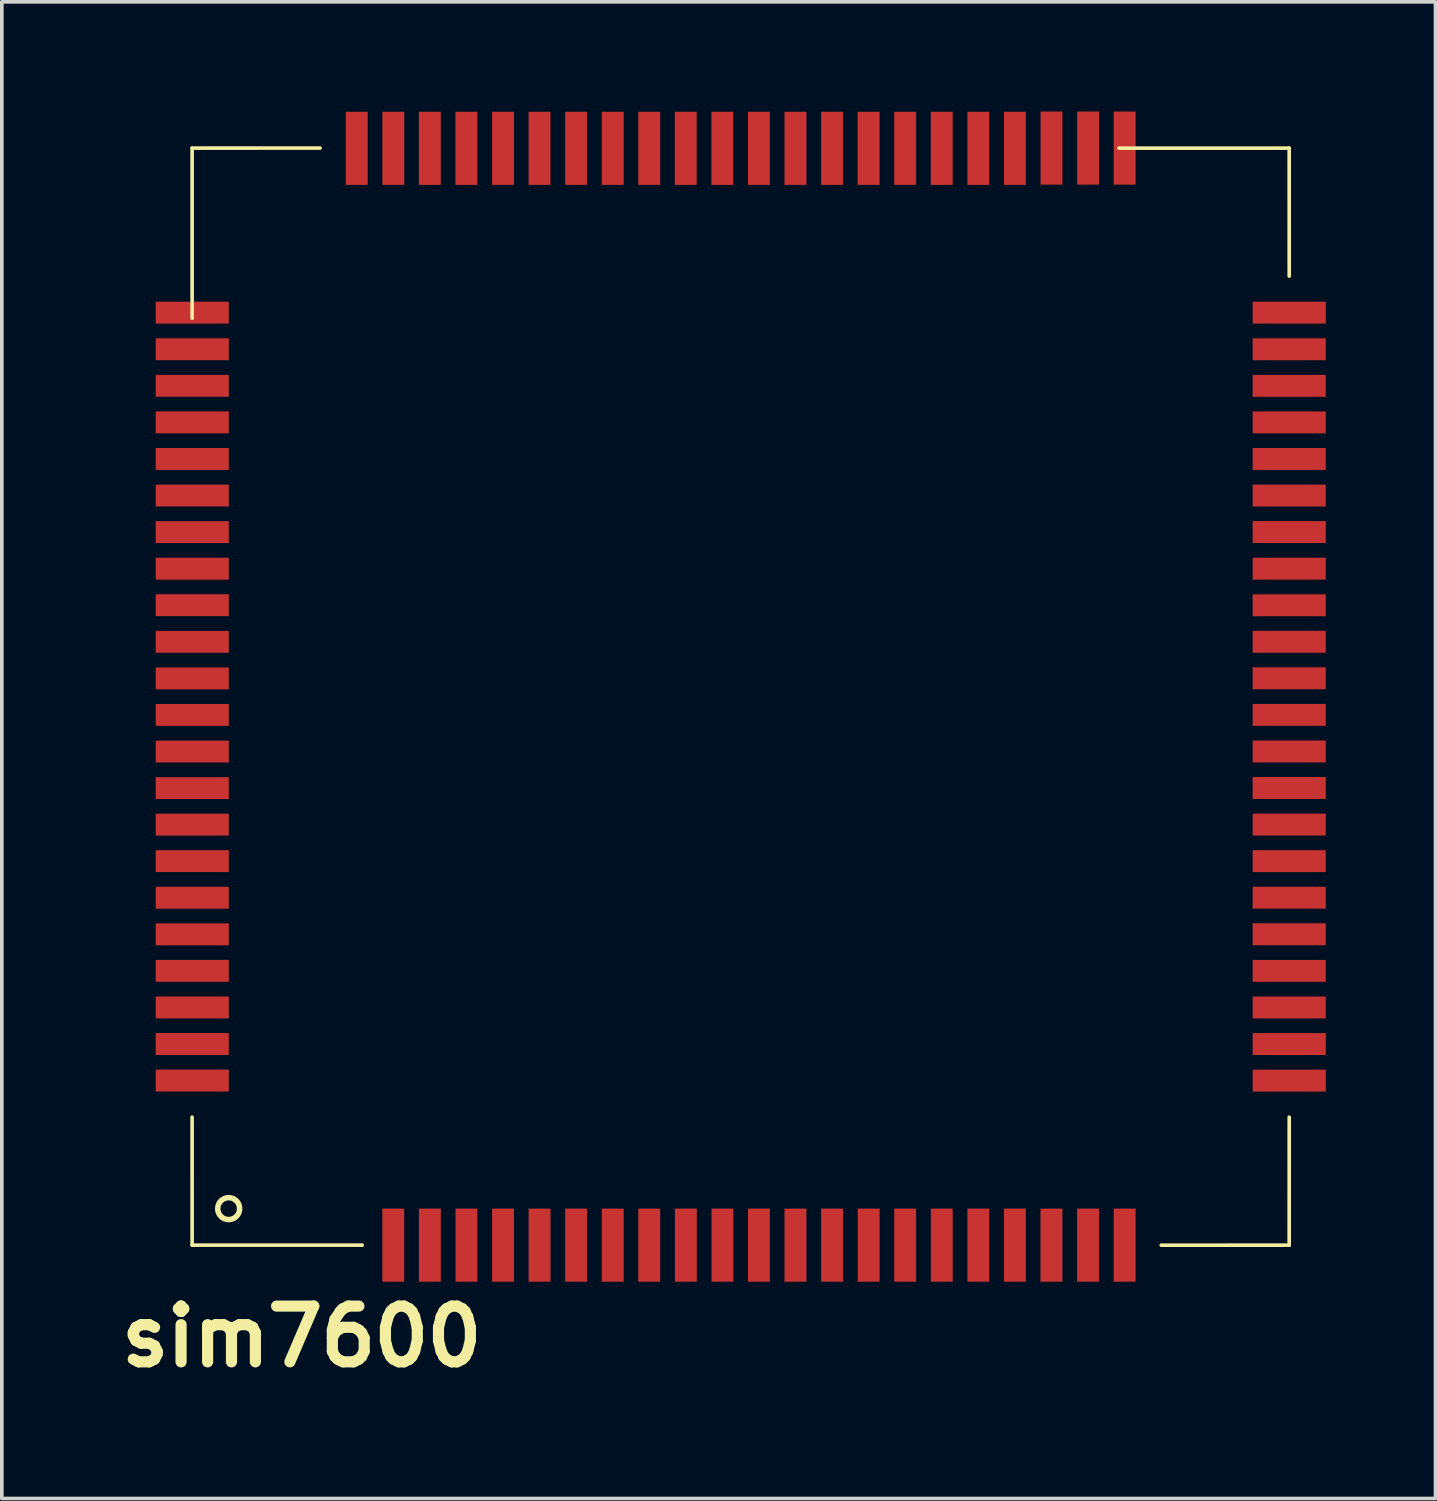
<source format=kicad_pcb>
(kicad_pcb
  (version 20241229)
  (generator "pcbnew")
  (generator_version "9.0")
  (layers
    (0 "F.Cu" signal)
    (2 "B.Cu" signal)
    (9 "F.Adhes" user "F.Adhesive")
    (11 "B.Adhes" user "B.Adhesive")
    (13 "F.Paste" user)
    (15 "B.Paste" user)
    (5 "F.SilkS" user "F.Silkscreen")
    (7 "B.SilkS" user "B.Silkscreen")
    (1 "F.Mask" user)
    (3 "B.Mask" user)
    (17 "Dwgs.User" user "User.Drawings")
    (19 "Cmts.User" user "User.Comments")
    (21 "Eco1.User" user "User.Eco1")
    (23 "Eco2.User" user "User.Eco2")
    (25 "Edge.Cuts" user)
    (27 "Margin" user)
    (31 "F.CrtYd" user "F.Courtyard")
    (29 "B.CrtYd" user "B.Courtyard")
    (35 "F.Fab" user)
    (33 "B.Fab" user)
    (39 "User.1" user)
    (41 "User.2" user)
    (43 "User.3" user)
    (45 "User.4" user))
  (footprint "sim7600"
    (layer "F.Cu")
    (at 17.203 15.999)
    (property "Reference" "sim7600" (at -12 17.5 0) (layer "F.SilkS") (effects (font (size 1.524 1.524) (thickness 0.305))))
    (attr through_hole)
    (fp_line (start -15 11.5) (end -14.999 14.999) (stroke (width 0.099) (type solid)) (layer "F.SilkS"))
    (fp_line (start -14.999 -14.999) (end -14.999 -10.348) (stroke (width 0.099) (type solid)) (layer "F.SilkS"))
    (fp_line (start -14.999 -14.999) (end -11.5 -15) (stroke (width 0.099) (type solid)) (layer "F.SilkS"))
    (fp_line (start -14.999 14.999) (end -10.348 14.999) (stroke (width 0.099) (type solid)) (layer "F.SilkS"))
    (fp_line (start 10.348 -14.999) (end 14.999 -14.999) (stroke (width 0.099) (type solid)) (layer "F.SilkS"))
    (fp_line (start 11.5 15) (end 14.999 14.999) (stroke (width 0.099) (type solid)) (layer "F.SilkS"))
    (fp_line (start 14.999 -14.999) (end 15 -11.5) (stroke (width 0.099) (type solid)) (layer "F.SilkS"))
    (fp_line (start 15 11.5) (end 14.999 14.999) (stroke (width 0.099) (type solid)) (layer "F.SilkS"))
    (fp_circle (center -14 14) (end -13.7 14) (stroke (width 0.15) (type solid)) (fill no) (layer "F.SilkS"))
    (pad "1" smd rect (at -9.5 14.999 180) (size 0.599 1.999) (layers "F.Cu" "F.Mask" "F.Paste"))
    (pad "2" smd rect (at -8.499 14.999 180) (size 0.599 1.999) (layers "F.Cu" "F.Mask" "F.Paste"))
    (pad "3" smd rect (at -7.498 14.999 180) (size 0.599 1.999) (layers "F.Cu" "F.Mask" "F.Paste"))
    (pad "4" smd rect (at -6.498 14.999 180) (size 0.599 1.999) (layers "F.Cu" "F.Mask" "F.Paste"))
    (pad "5" smd rect (at -5.499 14.999 180) (size 0.599 1.999) (layers "F.Cu" "F.Mask" "F.Paste"))
    (pad "6" smd rect (at -4.499 14.999 180) (size 0.599 1.999) (layers "F.Cu" "F.Mask" "F.Paste"))
    (pad "7" smd rect (at -3.498 14.999 180) (size 0.599 1.999) (layers "F.Cu" "F.Mask" "F.Paste"))
    (pad "8" smd rect (at -2.5 14.999 180) (size 0.599 1.999) (layers "F.Cu" "F.Mask" "F.Paste"))
    (pad "9" smd rect (at -1.499 14.999 180) (size 0.599 1.999) (layers "F.Cu" "F.Mask" "F.Paste"))
    (pad "10" smd rect (at -0.498 14.999 180) (size 0.599 1.999) (layers "F.Cu" "F.Mask" "F.Paste"))
    (pad "11" smd rect (at 0.5 14.999 180) (size 0.599 1.999) (layers "F.Cu" "F.Mask" "F.Paste"))
    (pad "12" smd rect (at 1.498 14.999 180) (size 0.599 1.999) (layers "F.Cu" "F.Mask" "F.Paste"))
    (pad "13" smd rect (at 2.499 14.999 180) (size 0.599 1.999) (layers "F.Cu" "F.Mask" "F.Paste"))
    (pad "14" smd rect (at 3.5 14.999 180) (size 0.599 1.999) (layers "F.Cu" "F.Mask" "F.Paste"))
    (pad "15" smd rect (at 4.498 14.999 180) (size 0.599 1.999) (layers "F.Cu" "F.Mask" "F.Paste"))
    (pad "16" smd rect (at 5.499 14.999 180) (size 0.599 1.999) (layers "F.Cu" "F.Mask" "F.Paste"))
    (pad "17" smd rect (at 6.499 14.999 180) (size 0.599 1.999) (layers "F.Cu" "F.Mask" "F.Paste"))
    (pad "18" smd rect (at 7.498 14.999 180) (size 0.599 1.999) (layers "F.Cu" "F.Mask" "F.Paste"))
    (pad "19" smd rect (at 8.498 14.999 180) (size 0.599 1.999) (layers "F.Cu" "F.Mask" "F.Paste"))
    (pad "20" smd rect (at 9.499 14.999 180) (size 0.599 1.999) (layers "F.Cu" "F.Mask" "F.Paste"))
    (pad "21" smd rect (at 15 9.5 270) (size 0.599 1.999) (layers "F.Cu" "F.Mask" "F.Paste"))
    (pad "22" smd rect (at 14.999 8.5 270) (size 0.599 1.999) (layers "F.Cu" "F.Mask" "F.Paste"))
    (pad "23" smd rect (at 14.999 7.499 270) (size 0.599 1.999) (layers "F.Cu" "F.Mask" "F.Paste"))
    (pad "24" smd rect (at 14.999 6.498 270) (size 0.599 1.999) (layers "F.Cu" "F.Mask" "F.Paste"))
    (pad "25" smd rect (at 14.999 5.498 270) (size 0.599 1.999) (layers "F.Cu" "F.Mask" "F.Paste"))
    (pad "26" smd rect (at 14.999 4.499 270) (size 0.599 1.999) (layers "F.Cu" "F.Mask" "F.Paste"))
    (pad "27" smd rect (at 14.999 3.499 270) (size 0.599 1.999) (layers "F.Cu" "F.Mask" "F.Paste"))
    (pad "28" smd rect (at 14.999 2.498 270) (size 0.599 1.999) (layers "F.Cu" "F.Mask" "F.Paste"))
    (pad "29" smd rect (at 14.999 1.5 270) (size 0.599 1.999) (layers "F.Cu" "F.Mask" "F.Paste"))
    (pad "30" smd rect (at 14.999 0.499 270) (size 0.599 1.999) (layers "F.Cu" "F.Mask" "F.Paste"))
    (pad "31" smd rect (at 14.999 -0.502 270) (size 0.599 1.999) (layers "F.Cu" "F.Mask" "F.Paste"))
    (pad "32" smd rect (at 14.999 -1.5 270) (size 0.599 1.999) (layers "F.Cu" "F.Mask" "F.Paste"))
    (pad "33" smd rect (at 14.999 -2.498 270) (size 0.599 1.999) (layers "F.Cu" "F.Mask" "F.Paste"))
    (pad "34" smd rect (at 14.999 -3.499 270) (size 0.599 1.999) (layers "F.Cu" "F.Mask" "F.Paste"))
    (pad "35" smd rect (at 14.999 -4.5 270) (size 0.599 1.999) (layers "F.Cu" "F.Mask" "F.Paste"))
    (pad "36" smd rect (at 14.999 -5.498 270) (size 0.599 1.999) (layers "F.Cu" "F.Mask" "F.Paste"))
    (pad "37" smd rect (at 14.999 -6.499 270) (size 0.599 1.999) (layers "F.Cu" "F.Mask" "F.Paste"))
    (pad "38" smd rect (at 14.999 -7.499 270) (size 0.599 1.999) (layers "F.Cu" "F.Mask" "F.Paste"))
    (pad "39" smd rect (at 14.999 -8.498 270) (size 0.599 1.999) (layers "F.Cu" "F.Mask" "F.Paste"))
    (pad "40" smd rect (at 14.999 -9.498 270) (size 0.599 1.999) (layers "F.Cu" "F.Mask" "F.Paste"))
    (pad "41" smd rect (at 9.5 -15) (size 0.599 1.999) (layers "F.Cu" "F.Mask" "F.Paste"))
    (pad "42" smd rect (at 8.5 -15) (size 0.599 1.999) (layers "F.Cu" "F.Mask" "F.Paste"))
    (pad "43" smd rect (at 7.5 -14.993) (size 0.599 1.999) (layers "F.Cu" "F.Mask" "F.Paste"))
    (pad "44" smd rect (at 6.499 -14.993) (size 0.599 1.999) (layers "F.Cu" "F.Mask" "F.Paste"))
    (pad "45" smd rect (at 5.498 -14.993) (size 0.599 1.999) (layers "F.Cu" "F.Mask" "F.Paste"))
    (pad "46" smd rect (at 4.498 -14.993) (size 0.599 1.999) (layers "F.Cu" "F.Mask" "F.Paste"))
    (pad "47" smd rect (at 3.499 -14.993) (size 0.599 1.999) (layers "F.Cu" "F.Mask" "F.Paste"))
    (pad "48" smd rect (at 2.499 -14.993) (size 0.599 1.999) (layers "F.Cu" "F.Mask" "F.Paste"))
    (pad "49" smd rect (at 1.498 -14.993) (size 0.599 1.999) (layers "F.Cu" "F.Mask" "F.Paste"))
    (pad "50" smd rect (at 0.5 -14.993) (size 0.599 1.999) (layers "F.Cu" "F.Mask" "F.Paste"))
    (pad "51" smd rect (at -0.501 -14.993) (size 0.599 1.999) (layers "F.Cu" "F.Mask" "F.Paste"))
    (pad "52" smd rect (at -1.502 -14.993) (size 0.599 1.999) (layers "F.Cu" "F.Mask" "F.Paste"))
    (pad "53" smd rect (at -2.5 -14.993) (size 0.599 1.999) (layers "F.Cu" "F.Mask" "F.Paste"))
    (pad "54" smd rect (at -3.498 -14.993) (size 0.599 1.999) (layers "F.Cu" "F.Mask" "F.Paste"))
    (pad "55" smd rect (at -4.499 -14.993) (size 0.599 1.999) (layers "F.Cu" "F.Mask" "F.Paste"))
    (pad "56" smd rect (at -5.5 -14.993) (size 0.599 1.999) (layers "F.Cu" "F.Mask" "F.Paste"))
    (pad "57" smd rect (at -6.498 -14.993) (size 0.599 1.999) (layers "F.Cu" "F.Mask" "F.Paste"))
    (pad "58" smd rect (at -7.499 -14.993) (size 0.599 1.999) (layers "F.Cu" "F.Mask" "F.Paste"))
    (pad "59" smd rect (at -8.5 -14.993) (size 0.599 1.999) (layers "F.Cu" "F.Mask" "F.Paste"))
    (pad "60" smd rect (at -9.498 -14.993) (size 0.599 1.999) (layers "F.Cu" "F.Mask" "F.Paste"))
    (pad "61" smd rect (at -14.996 -9.499 90) (size 0.599 1.999) (layers "F.Cu" "F.Mask" "F.Paste"))
    (pad "62" smd rect (at -14.996 -8.499 90) (size 0.599 1.999) (layers "F.Cu" "F.Mask" "F.Paste"))
    (pad "63" smd rect (at -14.996 -7.499 90) (size 0.599 1.999) (layers "F.Cu" "F.Mask" "F.Paste"))
    (pad "64" smd rect (at -14.996 -6.499 90) (size 0.599 1.999) (layers "F.Cu" "F.Mask" "F.Paste"))
    (pad "65" smd rect (at -14.996 -5.499 90) (size 0.599 1.999) (layers "F.Cu" "F.Mask" "F.Paste"))
    (pad "66" smd rect (at -14.996 -4.498 90) (size 0.599 1.999) (layers "F.Cu" "F.Mask" "F.Paste"))
    (pad "67" smd rect (at -14.996 -3.498 90) (size 0.599 1.999) (layers "F.Cu" "F.Mask" "F.Paste"))
    (pad "68" smd rect (at -14.996 -2.5 90) (size 0.599 1.999) (layers "F.Cu" "F.Mask" "F.Paste"))
    (pad "69" smd rect (at -14.996 -1.499 90) (size 0.599 1.999) (layers "F.Cu" "F.Mask" "F.Paste"))
    (pad "70" smd rect (at -14.996 -0.498 90) (size 0.599 1.999) (layers "F.Cu" "F.Mask" "F.Paste"))
    (pad "71" smd rect (at -14.996 0.5 90) (size 0.599 1.999) (layers "F.Cu" "F.Mask" "F.Paste"))
    (pad "72" smd rect (at -14.996 1.501 90) (size 0.599 1.999) (layers "F.Cu" "F.Mask" "F.Paste"))
    (pad "73" smd rect (at -14.996 2.502 90) (size 0.599 1.999) (layers "F.Cu" "F.Mask" "F.Paste"))
    (pad "74" smd rect (at -14.996 3.5 90) (size 0.599 1.999) (layers "F.Cu" "F.Mask" "F.Paste"))
    (pad "75" smd rect (at -14.996 4.498 90) (size 0.599 1.999) (layers "F.Cu" "F.Mask" "F.Paste"))
    (pad "76" smd rect (at -14.996 5.499 90) (size 0.599 1.999) (layers "F.Cu" "F.Mask" "F.Paste"))
    (pad "77" smd rect (at -14.996 6.5 90) (size 0.599 1.999) (layers "F.Cu" "F.Mask" "F.Paste"))
    (pad "78" smd rect (at -14.996 7.498 90) (size 0.599 1.999) (layers "F.Cu" "F.Mask" "F.Paste"))
    (pad "79" smd rect (at -14.996 8.499 90) (size 0.599 1.999) (layers "F.Cu" "F.Mask" "F.Paste"))
    (pad "80" smd rect (at -14.996 9.499 90) (size 0.599 1.999) (layers "F.Cu" "F.Mask" "F.Paste"))
    (pad "81" smd rect (at 10.5 14.999 180) (size 0.599 1.999) (layers "F.Cu" "F.Mask" "F.Paste"))
    (pad "82" smd rect (at 10.5 -15) (size 0.599 1.999) (layers "F.Cu" "F.Mask" "F.Paste"))
    (pad "83" smd rect (at 15 -10.5 270) (size 0.599 1.999) (layers "F.Cu" "F.Mask" "F.Paste"))
    (pad "84" smd rect (at 15 10.5 270) (size 0.599 1.999) (layers "F.Cu" "F.Mask" "F.Paste"))
    (pad "85" smd rect (at -10.499 -14.993) (size 0.599 1.999) (layers "F.Cu" "F.Mask" "F.Paste"))
    (pad "86" smd rect (at -14.996 10.498 90) (size 0.599 1.999) (layers "F.Cu" "F.Mask" "F.Paste"))
    (pad "87" smd rect (at -14.996 -10.5 90) (size 0.599 1.999) (layers "F.Cu" "F.Mask" "F.Paste")))
  (gr_rect
    (start -3 -3)
    (end 36.203 37.926)
    (stroke (width 0.1) (type default))
    (fill no)
    (layer "Edge.Cuts")))
</source>
